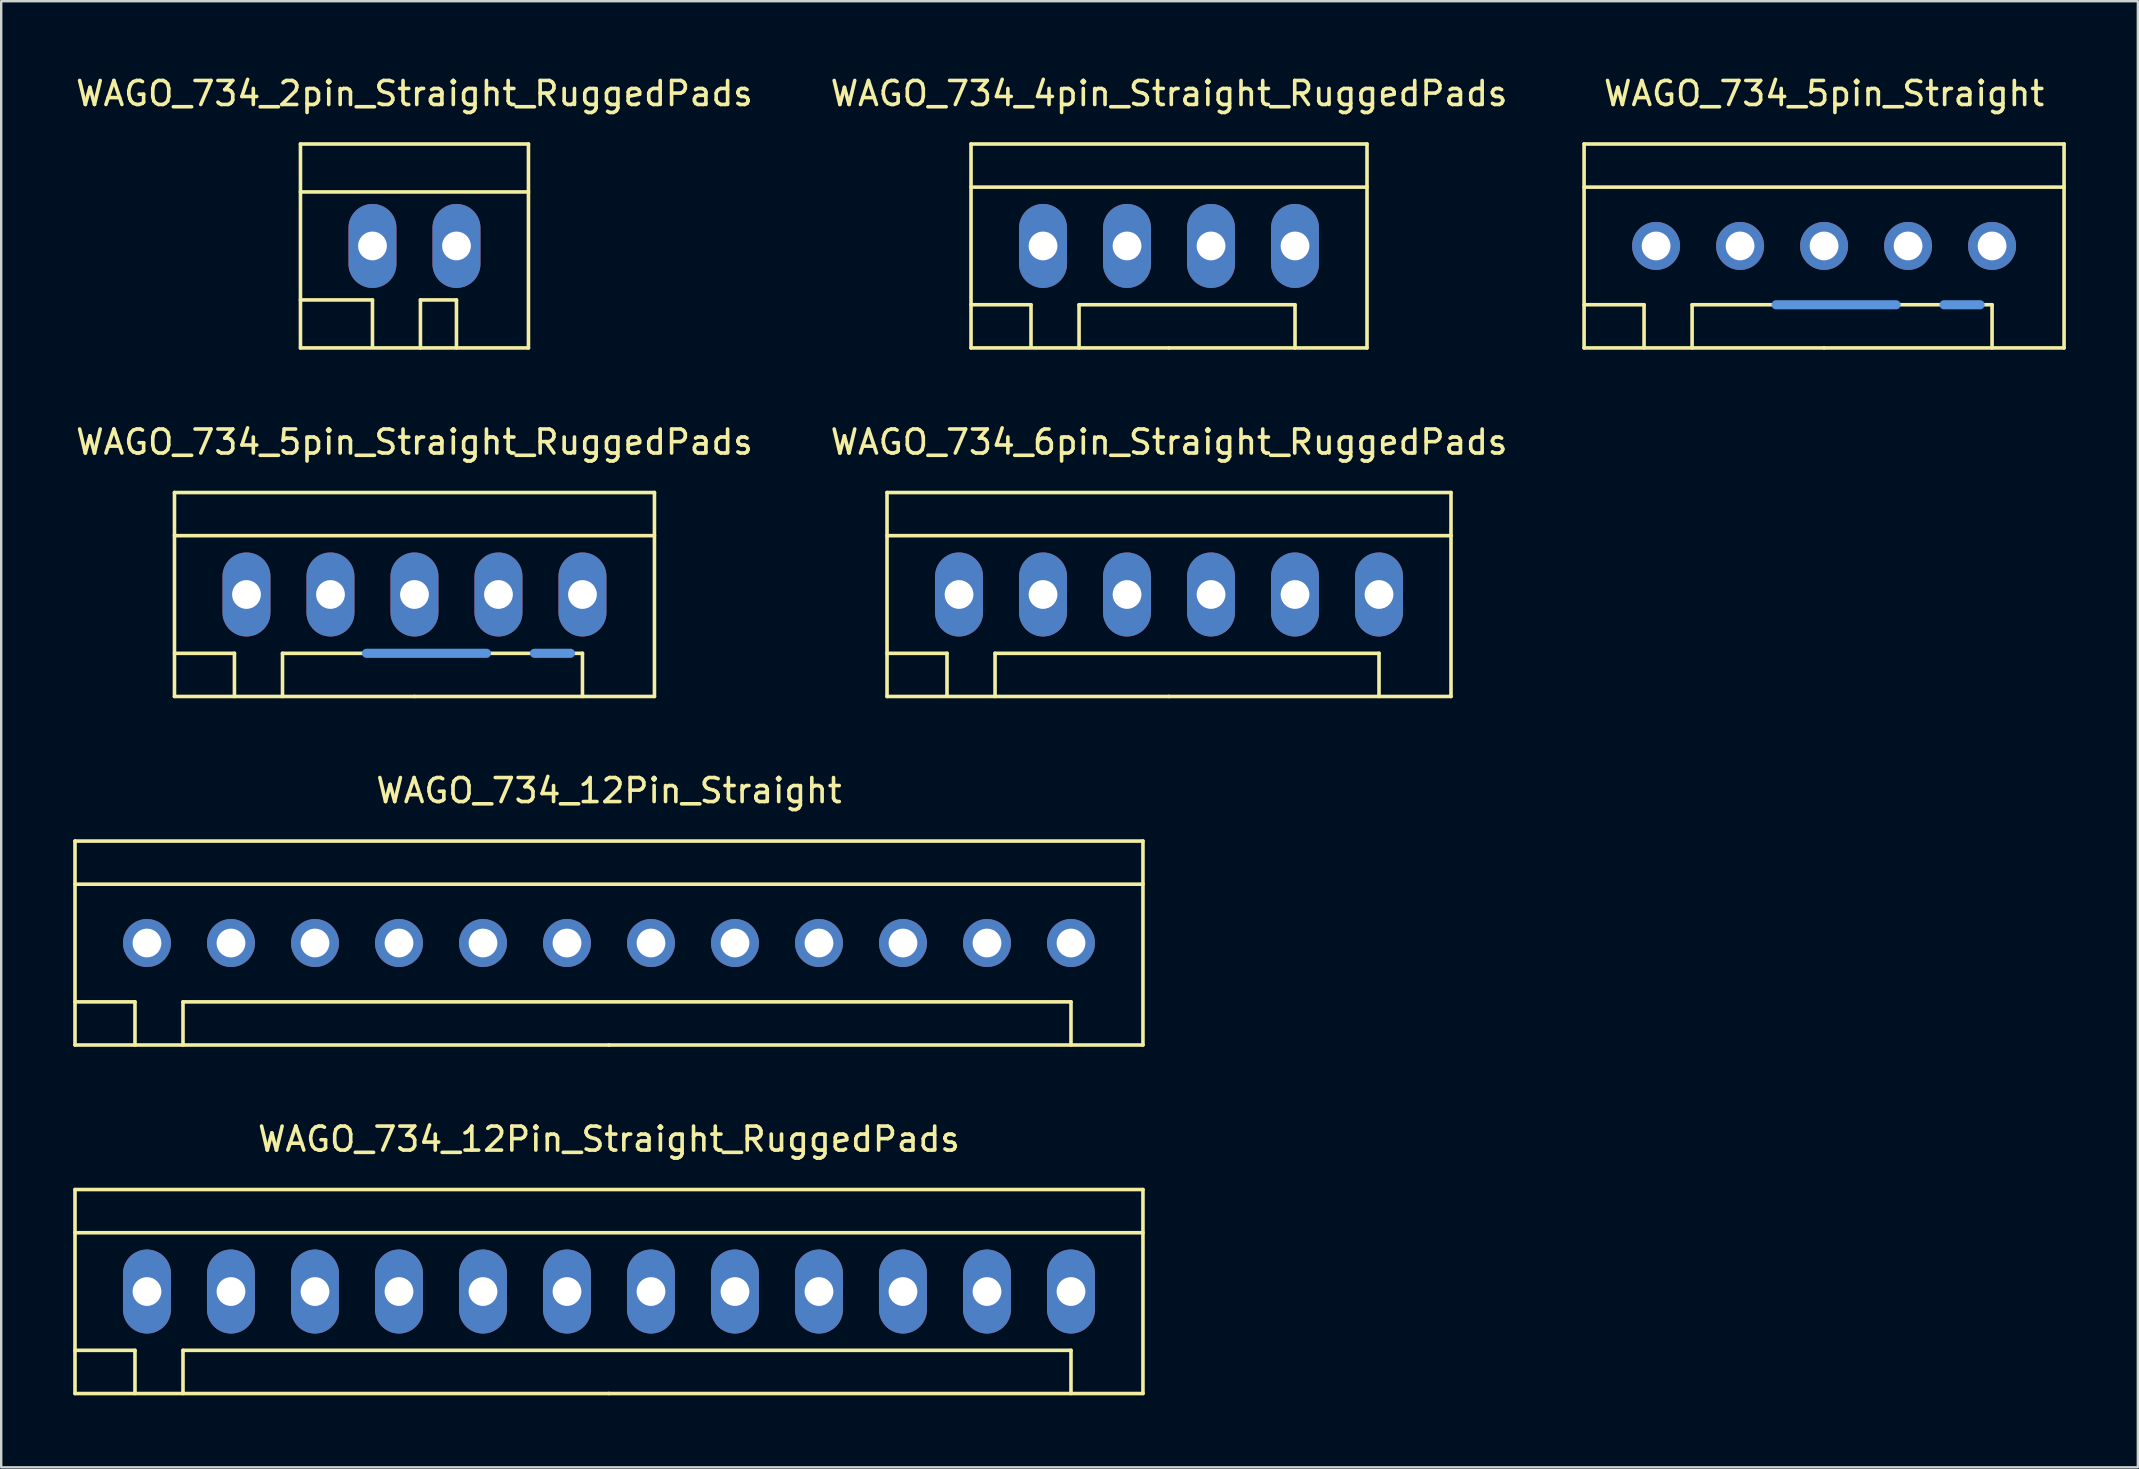
<source format=kicad_pcb>
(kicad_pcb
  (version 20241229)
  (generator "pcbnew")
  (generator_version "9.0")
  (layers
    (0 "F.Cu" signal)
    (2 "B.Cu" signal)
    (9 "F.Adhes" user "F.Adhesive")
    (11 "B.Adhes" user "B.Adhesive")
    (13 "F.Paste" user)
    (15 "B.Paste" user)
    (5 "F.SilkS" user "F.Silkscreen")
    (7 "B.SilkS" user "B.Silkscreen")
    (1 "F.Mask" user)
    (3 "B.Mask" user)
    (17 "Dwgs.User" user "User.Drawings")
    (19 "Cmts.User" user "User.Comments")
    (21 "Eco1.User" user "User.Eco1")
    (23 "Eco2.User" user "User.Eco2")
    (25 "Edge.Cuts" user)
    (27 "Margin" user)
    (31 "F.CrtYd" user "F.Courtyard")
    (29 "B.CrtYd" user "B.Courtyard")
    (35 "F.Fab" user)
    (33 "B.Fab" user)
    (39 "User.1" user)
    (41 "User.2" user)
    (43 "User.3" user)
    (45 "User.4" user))
  (footprint "WAGO_734_5pin_Straight_RuggedPads"
    (layer "F.Cu")
    (at 14.22 21.721)
    (property "Reference" "WAGO_734_5pin_Straight_RuggedPads" (at 0 -6.35 0) (layer "F.SilkS") (effects (font (size 1 1) (thickness 0.15))))
    (attr through_hole)
    (fp_line (start -10 -4.249) (end -10 4.249) (stroke (width 0.15) (type solid)) (layer "F.SilkS"))
    (fp_line (start -10 -2.451) (end 10 -2.451) (stroke (width 0.15) (type solid)) (layer "F.SilkS"))
    (fp_line (start -10 2.451) (end -7.501 2.451) (stroke (width 0.15) (type solid)) (layer "F.SilkS"))
    (fp_line (start -10 4.249) (end 0 4.249) (stroke (width 0.15) (type solid)) (layer "F.SilkS"))
    (fp_line (start -7.501 2.451) (end -7.501 4.249) (stroke (width 0.15) (type solid)) (layer "F.SilkS"))
    (fp_line (start -5.499 4.249) (end -5.499 2.451) (stroke (width 0.15) (type solid)) (layer "F.SilkS"))
    (fp_line (start 0 4.249) (end 10 4.249) (stroke (width 0.15) (type solid)) (layer "F.SilkS"))
    (fp_line (start 7 2.451) (end -5.499 2.451) (stroke (width 0.15) (type solid)) (layer "F.SilkS"))
    (fp_line (start 7 4.249) (end 7 2.451) (stroke (width 0.15) (type solid)) (layer "F.SilkS"))
    (fp_line (start 10 -4.249) (end -10 -4.249) (stroke (width 0.15) (type solid)) (layer "F.SilkS"))
    (fp_line (start 10 4.249) (end 10 -4.249) (stroke (width 0.15) (type solid)) (layer "F.SilkS"))
    (fp_line (start -1.999 2.451) (end 3 2.451) (stroke (width 0.381) (type solid)) (layer "Cmts.User"))
    (fp_line (start 5.001 2.451) (end 6.5 2.451) (stroke (width 0.381) (type solid)) (layer "Cmts.User"))
    (pad "1" thru_hole oval (at -7 0) (size 1.999 3.5) (drill 1.199) (layers "*.Cu" "*.Mask"))
    (pad "2" thru_hole oval (at -3.5 0) (size 1.999 3.5) (drill 1.199) (layers "*.Cu" "*.Mask"))
    (pad "3" thru_hole oval (at 0 0) (size 1.999 3.5) (drill 1.199) (layers "*.Cu" "*.Mask"))
    (pad "4" thru_hole oval (at 3.5 0) (size 1.999 3.5) (drill 1.199) (layers "*.Cu" "*.Mask"))
    (pad "5" thru_hole oval (at 7 0) (size 1.999 3.5) (drill 1.199) (layers "*.Cu" "*.Mask")))
  (footprint "WAGO_734_12Pin_Straight_RuggedPads"
    (layer "F.Cu")
    (at 22.325 50.766)
    (property "Reference" "WAGO_734_12Pin_Straight_RuggedPads" (at 0 -6.35 0) (layer "F.SilkS") (effects (font (size 1 1) (thickness 0.15))))
    (attr through_hole)
    (fp_line (start -22.25 -4.249) (end -22.25 4.249) (stroke (width 0.15) (type solid)) (layer "F.SilkS"))
    (fp_line (start -22.25 -2.451) (end 22.25 -2.451) (stroke (width 0.15) (type solid)) (layer "F.SilkS"))
    (fp_line (start -22.25 2.451) (end -19.751 2.451) (stroke (width 0.15) (type solid)) (layer "F.SilkS"))
    (fp_line (start -22.25 4.249) (end 0 4.249) (stroke (width 0.15) (type solid)) (layer "F.SilkS"))
    (fp_line (start -19.751 2.451) (end -19.751 4.249) (stroke (width 0.15) (type solid)) (layer "F.SilkS"))
    (fp_line (start -17.75 4.249) (end -17.75 2.451) (stroke (width 0.15) (type solid)) (layer "F.SilkS"))
    (fp_line (start 0 4.249) (end 22.25 4.249) (stroke (width 0.15) (type solid)) (layer "F.SilkS"))
    (fp_line (start 19.251 2.451) (end -17.75 2.451) (stroke (width 0.15) (type solid)) (layer "F.SilkS"))
    (fp_line (start 19.251 4.249) (end 19.251 2.451) (stroke (width 0.15) (type solid)) (layer "F.SilkS"))
    (fp_line (start 22.25 -4.249) (end -22.25 -4.249) (stroke (width 0.15) (type solid)) (layer "F.SilkS"))
    (fp_line (start 22.25 4.249) (end 22.25 -4.249) (stroke (width 0.15) (type solid)) (layer "F.SilkS"))
    (pad "1" thru_hole oval (at -19.251 0) (size 1.999 3.5) (drill 1.199) (layers "*.Cu" "*.Mask"))
    (pad "2" thru_hole oval (at -15.751 0) (size 1.999 3.5) (drill 1.199) (layers "*.Cu" "*.Mask"))
    (pad "3" thru_hole oval (at -12.25 0) (size 1.999 3.5) (drill 1.199) (layers "*.Cu" "*.Mask"))
    (pad "4" thru_hole oval (at -8.75 0) (size 1.999 3.5) (drill 1.199) (layers "*.Cu" "*.Mask"))
    (pad "5" thru_hole oval (at -5.25 0) (size 1.999 3.5) (drill 1.199) (layers "*.Cu" "*.Mask"))
    (pad "6" thru_hole oval (at -1.75 0) (size 1.999 3.5) (drill 1.199) (layers "*.Cu" "*.Mask"))
    (pad "7" thru_hole oval (at 1.75 0) (size 1.999 3.5) (drill 1.199) (layers "*.Cu" "*.Mask"))
    (pad "8" thru_hole oval (at 5.25 0) (size 1.999 3.5) (drill 1.199) (layers "*.Cu" "*.Mask"))
    (pad "9" thru_hole oval (at 8.75 0) (size 1.999 3.5) (drill 1.199) (layers "*.Cu" "*.Mask"))
    (pad "10" thru_hole oval (at 12.25 0) (size 1.999 3.5) (drill 1.199) (layers "*.Cu" "*.Mask"))
    (pad "11" thru_hole oval (at 15.751 0) (size 1.999 3.5) (drill 1.199) (layers "*.Cu" "*.Mask"))
    (pad "12" thru_hole oval (at 19.251 0) (size 1.999 3.5) (drill 1.199) (layers "*.Cu" "*.Mask")))
  (footprint "WAGO_734_4pin_Straight_RuggedPads"
    (layer "F.Cu")
    (at 45.661 7.198)
    (property "Reference" "WAGO_734_4pin_Straight_RuggedPads" (at 0 -6.35 0) (layer "F.SilkS") (effects (font (size 1 1) (thickness 0.15))))
    (attr through_hole)
    (fp_line (start -8.25 -4.249) (end 8.25 -4.249) (stroke (width 0.15) (type solid)) (layer "F.SilkS"))
    (fp_line (start -8.25 -2.451) (end 8.25 -2.451) (stroke (width 0.15) (type solid)) (layer "F.SilkS"))
    (fp_line (start -8.25 2.451) (end -5.751 2.451) (stroke (width 0.15) (type solid)) (layer "F.SilkS"))
    (fp_line (start -8.25 4.249) (end -8.25 -4.249) (stroke (width 0.15) (type solid)) (layer "F.SilkS"))
    (fp_line (start -5.751 2.451) (end -5.751 4.201) (stroke (width 0.15) (type solid)) (layer "F.SilkS"))
    (fp_line (start -3.749 4.249) (end -3.749 2.451) (stroke (width 0.15) (type solid)) (layer "F.SilkS"))
    (fp_line (start 0 4.249) (end -8.25 4.249) (stroke (width 0.15) (type solid)) (layer "F.SilkS"))
    (fp_line (start 5.25 2.451) (end -3.749 2.451) (stroke (width 0.15) (type solid)) (layer "F.SilkS"))
    (fp_line (start 5.25 4.249) (end 5.25 2.451) (stroke (width 0.15) (type solid)) (layer "F.SilkS"))
    (fp_line (start 8.25 -4.249) (end 8.25 4.249) (stroke (width 0.15) (type solid)) (layer "F.SilkS"))
    (fp_line (start 8.25 4.249) (end 0 4.249) (stroke (width 0.15) (type solid)) (layer "F.SilkS"))
    (pad "1" thru_hole oval (at -5.25 0) (size 1.999 3.5) (drill 1.199) (layers "*.Cu" "*.Mask"))
    (pad "2" thru_hole oval (at -1.75 0) (size 1.999 3.5) (drill 1.199) (layers "*.Cu" "*.Mask"))
    (pad "3" thru_hole oval (at 1.75 0) (size 1.999 3.5) (drill 1.199) (layers "*.Cu" "*.Mask"))
    (pad "4" thru_hole oval (at 5.25 0) (size 1.999 3.5) (drill 1.199) (layers "*.Cu" "*.Mask")))
  (footprint "WAGO_734_5pin_Straight"
    (layer "F.Cu")
    (at 72.956 7.198)
    (property "Reference" "WAGO_734_5pin_Straight" (at 0 -6.35 0) (layer "F.SilkS") (effects (font (size 1 1) (thickness 0.15))))
    (attr through_hole)
    (fp_line (start -10 -4.249) (end -10 4.249) (stroke (width 0.15) (type solid)) (layer "F.SilkS"))
    (fp_line (start -10 -2.451) (end 10 -2.451) (stroke (width 0.15) (type solid)) (layer "F.SilkS"))
    (fp_line (start -10 2.451) (end -7.501 2.451) (stroke (width 0.15) (type solid)) (layer "F.SilkS"))
    (fp_line (start -10 4.249) (end 0 4.249) (stroke (width 0.15) (type solid)) (layer "F.SilkS"))
    (fp_line (start -7.501 2.451) (end -7.501 4.249) (stroke (width 0.15) (type solid)) (layer "F.SilkS"))
    (fp_line (start -5.499 4.249) (end -5.499 2.451) (stroke (width 0.15) (type solid)) (layer "F.SilkS"))
    (fp_line (start 0 4.249) (end 10 4.249) (stroke (width 0.15) (type solid)) (layer "F.SilkS"))
    (fp_line (start 7 2.451) (end -5.499 2.451) (stroke (width 0.15) (type solid)) (layer "F.SilkS"))
    (fp_line (start 7 4.249) (end 7 2.451) (stroke (width 0.15) (type solid)) (layer "F.SilkS"))
    (fp_line (start 10 -4.249) (end -10 -4.249) (stroke (width 0.15) (type solid)) (layer "F.SilkS"))
    (fp_line (start 10 4.249) (end 10 -4.249) (stroke (width 0.15) (type solid)) (layer "F.SilkS"))
    (fp_line (start -1.999 2.451) (end 3 2.451) (stroke (width 0.381) (type solid)) (layer "Cmts.User"))
    (fp_line (start 5.001 2.451) (end 6.5 2.451) (stroke (width 0.381) (type solid)) (layer "Cmts.User"))
    (pad "1" thru_hole circle (at -7 0) (size 1.999 1.999) (drill 1.199) (layers "*.Cu" "*.Mask"))
    (pad "2" thru_hole circle (at -3.5 0) (size 1.999 1.999) (drill 1.199) (layers "*.Cu" "*.Mask"))
    (pad "3" thru_hole circle (at 0 0) (size 1.999 1.999) (drill 1.199) (layers "*.Cu" "*.Mask"))
    (pad "4" thru_hole circle (at 3.5 0) (size 1.999 1.999) (drill 1.199) (layers "*.Cu" "*.Mask"))
    (pad "5" thru_hole circle (at 7 0) (size 1.999 1.999) (drill 1.199) (layers "*.Cu" "*.Mask")))
  (footprint "WAGO_734_12Pin_Straight"
    (layer "F.Cu")
    (at 22.325 36.244)
    (property "Reference" "WAGO_734_12Pin_Straight" (at 0 -6.35 0) (layer "F.SilkS") (effects (font (size 1 1) (thickness 0.15))))
    (attr through_hole)
    (fp_line (start -22.25 -4.249) (end -22.25 4.249) (stroke (width 0.15) (type solid)) (layer "F.SilkS"))
    (fp_line (start -22.25 -2.451) (end 22.25 -2.451) (stroke (width 0.15) (type solid)) (layer "F.SilkS"))
    (fp_line (start -22.25 2.451) (end -19.751 2.451) (stroke (width 0.15) (type solid)) (layer "F.SilkS"))
    (fp_line (start -22.25 4.249) (end 0 4.249) (stroke (width 0.15) (type solid)) (layer "F.SilkS"))
    (fp_line (start -19.751 2.451) (end -19.751 4.249) (stroke (width 0.15) (type solid)) (layer "F.SilkS"))
    (fp_line (start -17.75 4.249) (end -17.75 2.451) (stroke (width 0.15) (type solid)) (layer "F.SilkS"))
    (fp_line (start 0 4.249) (end 22.25 4.249) (stroke (width 0.15) (type solid)) (layer "F.SilkS"))
    (fp_line (start 19.251 2.451) (end -17.75 2.451) (stroke (width 0.15) (type solid)) (layer "F.SilkS"))
    (fp_line (start 19.251 4.249) (end 19.251 2.451) (stroke (width 0.15) (type solid)) (layer "F.SilkS"))
    (fp_line (start 22.25 -4.249) (end -22.25 -4.249) (stroke (width 0.15) (type solid)) (layer "F.SilkS"))
    (fp_line (start 22.25 4.249) (end 22.25 -4.249) (stroke (width 0.15) (type solid)) (layer "F.SilkS"))
    (pad "1" thru_hole circle (at -19.251 0) (size 1.999 1.999) (drill 1.199) (layers "*.Cu" "*.Mask"))
    (pad "2" thru_hole circle (at -15.751 0) (size 1.999 1.999) (drill 1.199) (layers "*.Cu" "*.Mask"))
    (pad "3" thru_hole circle (at -12.25 0) (size 1.999 1.999) (drill 1.199) (layers "*.Cu" "*.Mask"))
    (pad "4" thru_hole circle (at -8.75 0) (size 1.999 1.999) (drill 1.199) (layers "*.Cu" "*.Mask"))
    (pad "5" thru_hole circle (at -5.25 0) (size 1.999 1.999) (drill 1.199) (layers "*.Cu" "*.Mask"))
    (pad "6" thru_hole circle (at -1.75 0) (size 1.999 1.999) (drill 1.199) (layers "*.Cu" "*.Mask"))
    (pad "7" thru_hole circle (at 1.75 0) (size 1.999 1.999) (drill 1.199) (layers "*.Cu" "*.Mask"))
    (pad "8" thru_hole circle (at 5.25 0) (size 1.999 1.999) (drill 1.199) (layers "*.Cu" "*.Mask"))
    (pad "9" thru_hole circle (at 8.75 0) (size 1.999 1.999) (drill 1.199) (layers "*.Cu" "*.Mask"))
    (pad "10" thru_hole circle (at 12.25 0) (size 1.999 1.999) (drill 1.199) (layers "*.Cu" "*.Mask"))
    (pad "11" thru_hole circle (at 15.751 0) (size 1.999 1.999) (drill 1.199) (layers "*.Cu" "*.Mask"))
    (pad "12" thru_hole circle (at 19.251 0) (size 1.999 1.999) (drill 1.199) (layers "*.Cu" "*.Mask")))
  (footprint "WAGO_734_6pin_Straight_RuggedPads"
    (layer "F.Cu")
    (at 45.661 21.721)
    (property "Reference" "WAGO_734_6pin_Straight_RuggedPads" (at 0 -6.35 0) (layer "F.SilkS") (effects (font (size 1 1) (thickness 0.15))))
    (attr through_hole)
    (fp_line (start -11.75 -4.249) (end -11.75 4.249) (stroke (width 0.15) (type solid)) (layer "F.SilkS"))
    (fp_line (start -11.75 -2.451) (end 11.75 -2.451) (stroke (width 0.15) (type solid)) (layer "F.SilkS"))
    (fp_line (start -11.75 2.451) (end -9.251 2.451) (stroke (width 0.15) (type solid)) (layer "F.SilkS"))
    (fp_line (start -11.75 4.249) (end 0 4.249) (stroke (width 0.15) (type solid)) (layer "F.SilkS"))
    (fp_line (start -9.251 2.451) (end -9.251 4.201) (stroke (width 0.15) (type solid)) (layer "F.SilkS"))
    (fp_line (start -7.249 4.249) (end -7.249 2.451) (stroke (width 0.15) (type solid)) (layer "F.SilkS"))
    (fp_line (start 0 4.249) (end 11.75 4.249) (stroke (width 0.15) (type solid)) (layer "F.SilkS"))
    (fp_line (start 8.75 2.451) (end -7.249 2.451) (stroke (width 0.15) (type solid)) (layer "F.SilkS"))
    (fp_line (start 8.75 4.249) (end 8.75 2.451) (stroke (width 0.15) (type solid)) (layer "F.SilkS"))
    (fp_line (start 11.75 -4.249) (end -11.75 -4.249) (stroke (width 0.15) (type solid)) (layer "F.SilkS"))
    (fp_line (start 11.75 4.249) (end 11.75 -4.249) (stroke (width 0.15) (type solid)) (layer "F.SilkS"))
    (pad "1" thru_hole oval (at -8.75 0) (size 1.999 3.5) (drill 1.199) (layers "*.Cu" "*.Mask"))
    (pad "2" thru_hole oval (at -5.25 0) (size 1.999 3.5) (drill 1.199) (layers "*.Cu" "*.Mask"))
    (pad "3" thru_hole oval (at -1.75 0) (size 1.999 3.5) (drill 1.199) (layers "*.Cu" "*.Mask"))
    (pad "4" thru_hole oval (at 1.75 0) (size 1.999 3.5) (drill 1.199) (layers "*.Cu" "*.Mask"))
    (pad "5" thru_hole oval (at 5.25 0) (size 1.999 3.5) (drill 1.199) (layers "*.Cu" "*.Mask"))
    (pad "6" thru_hole oval (at 8.75 0) (size 1.999 3.5) (drill 1.199) (layers "*.Cu" "*.Mask")))
  (footprint "WAGO_734_2pin_Straight_RuggedPads"
    (layer "F.Cu")
    (at 14.22 7.198)
    (property "Reference" "WAGO_734_2pin_Straight_RuggedPads" (at 0 -6.35 0) (layer "F.SilkS") (effects (font (size 1 1) (thickness 0.15))))
    (attr through_hole)
    (fp_line (start -4.75 -4.249) (end -4.75 4.249) (stroke (width 0.15) (type solid)) (layer "F.SilkS"))
    (fp_line (start -4.75 -2.25) (end 4.75 -2.25) (stroke (width 0.15) (type solid)) (layer "F.SilkS"))
    (fp_line (start -4.75 2.25) (end -1.75 2.25) (stroke (width 0.15) (type solid)) (layer "F.SilkS"))
    (fp_line (start -4.75 4.249) (end 4.75 4.249) (stroke (width 0.15) (type solid)) (layer "F.SilkS"))
    (fp_line (start -1.75 2.25) (end -1.75 4.201) (stroke (width 0.15) (type solid)) (layer "F.SilkS"))
    (fp_line (start 0.249 2.25) (end 1.75 2.25) (stroke (width 0.15) (type solid)) (layer "F.SilkS"))
    (fp_line (start 0.249 4.249) (end 0.249 2.25) (stroke (width 0.15) (type solid)) (layer "F.SilkS"))
    (fp_line (start 1.75 2.25) (end 1.75 4.249) (stroke (width 0.15) (type solid)) (layer "F.SilkS"))
    (fp_line (start 4.75 -4.249) (end -4.75 -4.249) (stroke (width 0.15) (type solid)) (layer "F.SilkS"))
    (fp_line (start 4.75 4.249) (end 4.75 -4.249) (stroke (width 0.15) (type solid)) (layer "F.SilkS"))
    (pad "1" thru_hole oval (at -1.75 0) (size 1.999 3.5) (drill 1.199) (layers "*.Cu" "*.Mask"))
    (pad "2" thru_hole oval (at 1.75 0) (size 1.999 3.5) (drill 1.199) (layers "*.Cu" "*.Mask")))
  (gr_rect
    (start -3 -3)
    (end 86.031 58.091)
    (stroke (width 0.1) (type default))
    (fill no)
    (layer "Edge.Cuts")))
</source>
